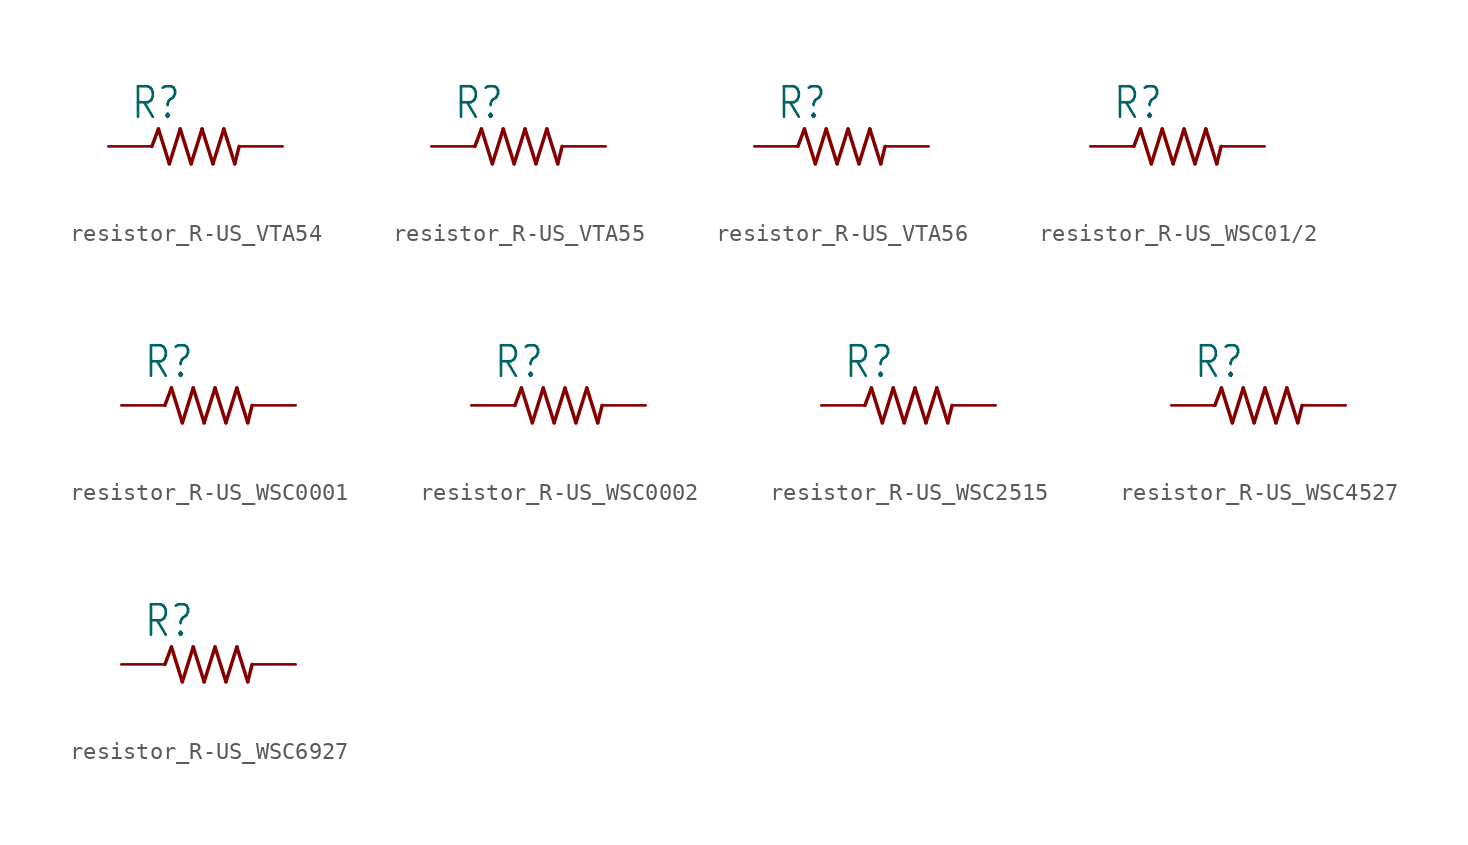
<source format=kicad_sym>
(kicad_symbol_lib
  (version 20231120)
  (generator "kicad_symbol_editor")
  (generator_version "8.0")
  (symbol "resistor_R-US_VTA54"
    (property "Reference" "R"
      (at -3.81 1.499 0)
      (effects (font (size 1.778 1.511)) (justify left bottom)))
    (property "Value" ""
      (at -3.81 -3.302 0)
      (effects (font (size 1.778 1.511)) (justify left bottom)))
    (property "ki_locked" ""
      (at 0 0 0)
      (effects (font (size 1.27 1.27))))
    (symbol "resistor_R-US_VTA54_1_0"
      (polyline (pts (xy -2.54 0) (xy -2.159 1.016)) (stroke (width 0.203) (type solid)) (fill (type none)))
      (polyline (pts (xy -2.159 1.016) (xy -1.524 -1.016)) (stroke (width 0.203) (type solid)) (fill (type none)))
      (polyline (pts (xy -1.524 -1.016) (xy -0.889 1.016)) (stroke (width 0.203) (type solid)) (fill (type none)))
      (polyline (pts (xy -0.889 1.016) (xy -0.254 -1.016)) (stroke (width 0.203) (type solid)) (fill (type none)))
      (polyline (pts (xy -0.254 -1.016) (xy 0.381 1.016)) (stroke (width 0.203) (type solid)) (fill (type none)))
      (polyline (pts (xy 0.381 1.016) (xy 1.016 -1.016)) (stroke (width 0.203) (type solid)) (fill (type none)))
      (polyline (pts (xy 1.016 -1.016) (xy 1.651 1.016)) (stroke (width 0.203) (type solid)) (fill (type none)))
      (polyline (pts (xy 1.651 1.016) (xy 2.286 -1.016)) (stroke (width 0.203) (type solid)) (fill (type none)))
      (polyline (pts (xy 2.286 -1.016) (xy 2.54 0)) (stroke (width 0.203) (type solid)) (fill (type none)))
      (pin passive line (at -5.08 0 0) (length 2.54) (name "1" (effects (font (size 0 0)))) (number "1" (effects (font (size 0 0)))))
      (pin passive line (at 5.08 0 180) (length 2.54) (name "2" (effects (font (size 0 0)))) (number "2" (effects (font (size 0 0)))))))
  (symbol "resistor_R-US_VTA55"
    (property "Reference" "R"
      (at -3.81 1.499 0)
      (effects (font (size 1.778 1.511)) (justify left bottom)))
    (property "Value" ""
      (at -3.81 -3.302 0)
      (effects (font (size 1.778 1.511)) (justify left bottom)))
    (property "ki_locked" ""
      (at 0 0 0)
      (effects (font (size 1.27 1.27))))
    (symbol "resistor_R-US_VTA55_1_0"
      (polyline (pts (xy -2.54 0) (xy -2.159 1.016)) (stroke (width 0.203) (type solid)) (fill (type none)))
      (polyline (pts (xy -2.159 1.016) (xy -1.524 -1.016)) (stroke (width 0.203) (type solid)) (fill (type none)))
      (polyline (pts (xy -1.524 -1.016) (xy -0.889 1.016)) (stroke (width 0.203) (type solid)) (fill (type none)))
      (polyline (pts (xy -0.889 1.016) (xy -0.254 -1.016)) (stroke (width 0.203) (type solid)) (fill (type none)))
      (polyline (pts (xy -0.254 -1.016) (xy 0.381 1.016)) (stroke (width 0.203) (type solid)) (fill (type none)))
      (polyline (pts (xy 0.381 1.016) (xy 1.016 -1.016)) (stroke (width 0.203) (type solid)) (fill (type none)))
      (polyline (pts (xy 1.016 -1.016) (xy 1.651 1.016)) (stroke (width 0.203) (type solid)) (fill (type none)))
      (polyline (pts (xy 1.651 1.016) (xy 2.286 -1.016)) (stroke (width 0.203) (type solid)) (fill (type none)))
      (polyline (pts (xy 2.286 -1.016) (xy 2.54 0)) (stroke (width 0.203) (type solid)) (fill (type none)))
      (pin passive line (at -5.08 0 0) (length 2.54) (name "1" (effects (font (size 0 0)))) (number "1" (effects (font (size 0 0)))))
      (pin passive line (at 5.08 0 180) (length 2.54) (name "2" (effects (font (size 0 0)))) (number "2" (effects (font (size 0 0)))))))
  (symbol "resistor_R-US_VTA56"
    (property "Reference" "R"
      (at -3.81 1.499 0)
      (effects (font (size 1.778 1.511)) (justify left bottom)))
    (property "Value" ""
      (at -3.81 -3.302 0)
      (effects (font (size 1.778 1.511)) (justify left bottom)))
    (property "ki_locked" ""
      (at 0 0 0)
      (effects (font (size 1.27 1.27))))
    (symbol "resistor_R-US_VTA56_1_0"
      (polyline (pts (xy -2.54 0) (xy -2.159 1.016)) (stroke (width 0.203) (type solid)) (fill (type none)))
      (polyline (pts (xy -2.159 1.016) (xy -1.524 -1.016)) (stroke (width 0.203) (type solid)) (fill (type none)))
      (polyline (pts (xy -1.524 -1.016) (xy -0.889 1.016)) (stroke (width 0.203) (type solid)) (fill (type none)))
      (polyline (pts (xy -0.889 1.016) (xy -0.254 -1.016)) (stroke (width 0.203) (type solid)) (fill (type none)))
      (polyline (pts (xy -0.254 -1.016) (xy 0.381 1.016)) (stroke (width 0.203) (type solid)) (fill (type none)))
      (polyline (pts (xy 0.381 1.016) (xy 1.016 -1.016)) (stroke (width 0.203) (type solid)) (fill (type none)))
      (polyline (pts (xy 1.016 -1.016) (xy 1.651 1.016)) (stroke (width 0.203) (type solid)) (fill (type none)))
      (polyline (pts (xy 1.651 1.016) (xy 2.286 -1.016)) (stroke (width 0.203) (type solid)) (fill (type none)))
      (polyline (pts (xy 2.286 -1.016) (xy 2.54 0)) (stroke (width 0.203) (type solid)) (fill (type none)))
      (pin passive line (at -5.08 0 0) (length 2.54) (name "1" (effects (font (size 0 0)))) (number "1" (effects (font (size 0 0)))))
      (pin passive line (at 5.08 0 180) (length 2.54) (name "2" (effects (font (size 0 0)))) (number "2" (effects (font (size 0 0)))))))
  (symbol "resistor_R-US_WSC01/2"
    (property "Reference" "R"
      (at -3.81 1.499 0)
      (effects (font (size 1.778 1.511)) (justify left bottom)))
    (property "Value" ""
      (at -3.81 -3.302 0)
      (effects (font (size 1.778 1.511)) (justify left bottom)))
    (property "ki_locked" ""
      (at 0 0 0)
      (effects (font (size 1.27 1.27))))
    (symbol "resistor_R-US_WSC01/2_1_0"
      (polyline (pts (xy -2.54 0) (xy -2.159 1.016)) (stroke (width 0.203) (type solid)) (fill (type none)))
      (polyline (pts (xy -2.159 1.016) (xy -1.524 -1.016)) (stroke (width 0.203) (type solid)) (fill (type none)))
      (polyline (pts (xy -1.524 -1.016) (xy -0.889 1.016)) (stroke (width 0.203) (type solid)) (fill (type none)))
      (polyline (pts (xy -0.889 1.016) (xy -0.254 -1.016)) (stroke (width 0.203) (type solid)) (fill (type none)))
      (polyline (pts (xy -0.254 -1.016) (xy 0.381 1.016)) (stroke (width 0.203) (type solid)) (fill (type none)))
      (polyline (pts (xy 0.381 1.016) (xy 1.016 -1.016)) (stroke (width 0.203) (type solid)) (fill (type none)))
      (polyline (pts (xy 1.016 -1.016) (xy 1.651 1.016)) (stroke (width 0.203) (type solid)) (fill (type none)))
      (polyline (pts (xy 1.651 1.016) (xy 2.286 -1.016)) (stroke (width 0.203) (type solid)) (fill (type none)))
      (polyline (pts (xy 2.286 -1.016) (xy 2.54 0)) (stroke (width 0.203) (type solid)) (fill (type none)))
      (pin passive line (at -5.08 0 0) (length 2.54) (name "1" (effects (font (size 0 0)))) (number "1" (effects (font (size 0 0)))))
      (pin passive line (at 5.08 0 180) (length 2.54) (name "2" (effects (font (size 0 0)))) (number "2" (effects (font (size 0 0)))))))
  (symbol "resistor_R-US_WSC0001"
    (property "Reference" "R"
      (at -3.81 1.499 0)
      (effects (font (size 1.778 1.511)) (justify left bottom)))
    (property "Value" ""
      (at -3.81 -3.302 0)
      (effects (font (size 1.778 1.511)) (justify left bottom)))
    (property "ki_locked" ""
      (at 0 0 0)
      (effects (font (size 1.27 1.27))))
    (symbol "resistor_R-US_WSC0001_1_0"
      (polyline (pts (xy -2.54 0) (xy -2.159 1.016)) (stroke (width 0.203) (type solid)) (fill (type none)))
      (polyline (pts (xy -2.159 1.016) (xy -1.524 -1.016)) (stroke (width 0.203) (type solid)) (fill (type none)))
      (polyline (pts (xy -1.524 -1.016) (xy -0.889 1.016)) (stroke (width 0.203) (type solid)) (fill (type none)))
      (polyline (pts (xy -0.889 1.016) (xy -0.254 -1.016)) (stroke (width 0.203) (type solid)) (fill (type none)))
      (polyline (pts (xy -0.254 -1.016) (xy 0.381 1.016)) (stroke (width 0.203) (type solid)) (fill (type none)))
      (polyline (pts (xy 0.381 1.016) (xy 1.016 -1.016)) (stroke (width 0.203) (type solid)) (fill (type none)))
      (polyline (pts (xy 1.016 -1.016) (xy 1.651 1.016)) (stroke (width 0.203) (type solid)) (fill (type none)))
      (polyline (pts (xy 1.651 1.016) (xy 2.286 -1.016)) (stroke (width 0.203) (type solid)) (fill (type none)))
      (polyline (pts (xy 2.286 -1.016) (xy 2.54 0)) (stroke (width 0.203) (type solid)) (fill (type none)))
      (pin passive line (at -5.08 0 0) (length 2.54) (name "1" (effects (font (size 0 0)))) (number "1" (effects (font (size 0 0)))))
      (pin passive line (at 5.08 0 180) (length 2.54) (name "2" (effects (font (size 0 0)))) (number "2" (effects (font (size 0 0)))))))
  (symbol "resistor_R-US_WSC0002"
    (property "Reference" "R"
      (at -3.81 1.499 0)
      (effects (font (size 1.778 1.511)) (justify left bottom)))
    (property "Value" ""
      (at -3.81 -3.302 0)
      (effects (font (size 1.778 1.511)) (justify left bottom)))
    (property "ki_locked" ""
      (at 0 0 0)
      (effects (font (size 1.27 1.27))))
    (symbol "resistor_R-US_WSC0002_1_0"
      (polyline (pts (xy -2.54 0) (xy -2.159 1.016)) (stroke (width 0.203) (type solid)) (fill (type none)))
      (polyline (pts (xy -2.159 1.016) (xy -1.524 -1.016)) (stroke (width 0.203) (type solid)) (fill (type none)))
      (polyline (pts (xy -1.524 -1.016) (xy -0.889 1.016)) (stroke (width 0.203) (type solid)) (fill (type none)))
      (polyline (pts (xy -0.889 1.016) (xy -0.254 -1.016)) (stroke (width 0.203) (type solid)) (fill (type none)))
      (polyline (pts (xy -0.254 -1.016) (xy 0.381 1.016)) (stroke (width 0.203) (type solid)) (fill (type none)))
      (polyline (pts (xy 0.381 1.016) (xy 1.016 -1.016)) (stroke (width 0.203) (type solid)) (fill (type none)))
      (polyline (pts (xy 1.016 -1.016) (xy 1.651 1.016)) (stroke (width 0.203) (type solid)) (fill (type none)))
      (polyline (pts (xy 1.651 1.016) (xy 2.286 -1.016)) (stroke (width 0.203) (type solid)) (fill (type none)))
      (polyline (pts (xy 2.286 -1.016) (xy 2.54 0)) (stroke (width 0.203) (type solid)) (fill (type none)))
      (pin passive line (at -5.08 0 0) (length 2.54) (name "1" (effects (font (size 0 0)))) (number "1" (effects (font (size 0 0)))))
      (pin passive line (at 5.08 0 180) (length 2.54) (name "2" (effects (font (size 0 0)))) (number "2" (effects (font (size 0 0)))))))
  (symbol "resistor_R-US_WSC2515"
    (property "Reference" "R"
      (at -3.81 1.499 0)
      (effects (font (size 1.778 1.511)) (justify left bottom)))
    (property "Value" ""
      (at -3.81 -3.302 0)
      (effects (font (size 1.778 1.511)) (justify left bottom)))
    (property "ki_locked" ""
      (at 0 0 0)
      (effects (font (size 1.27 1.27))))
    (symbol "resistor_R-US_WSC2515_1_0"
      (polyline (pts (xy -2.54 0) (xy -2.159 1.016)) (stroke (width 0.203) (type solid)) (fill (type none)))
      (polyline (pts (xy -2.159 1.016) (xy -1.524 -1.016)) (stroke (width 0.203) (type solid)) (fill (type none)))
      (polyline (pts (xy -1.524 -1.016) (xy -0.889 1.016)) (stroke (width 0.203) (type solid)) (fill (type none)))
      (polyline (pts (xy -0.889 1.016) (xy -0.254 -1.016)) (stroke (width 0.203) (type solid)) (fill (type none)))
      (polyline (pts (xy -0.254 -1.016) (xy 0.381 1.016)) (stroke (width 0.203) (type solid)) (fill (type none)))
      (polyline (pts (xy 0.381 1.016) (xy 1.016 -1.016)) (stroke (width 0.203) (type solid)) (fill (type none)))
      (polyline (pts (xy 1.016 -1.016) (xy 1.651 1.016)) (stroke (width 0.203) (type solid)) (fill (type none)))
      (polyline (pts (xy 1.651 1.016) (xy 2.286 -1.016)) (stroke (width 0.203) (type solid)) (fill (type none)))
      (polyline (pts (xy 2.286 -1.016) (xy 2.54 0)) (stroke (width 0.203) (type solid)) (fill (type none)))
      (pin passive line (at -5.08 0 0) (length 2.54) (name "1" (effects (font (size 0 0)))) (number "1" (effects (font (size 0 0)))))
      (pin passive line (at 5.08 0 180) (length 2.54) (name "2" (effects (font (size 0 0)))) (number "2" (effects (font (size 0 0)))))))
  (symbol "resistor_R-US_WSC4527"
    (property "Reference" "R"
      (at -3.81 1.499 0)
      (effects (font (size 1.778 1.511)) (justify left bottom)))
    (property "Value" ""
      (at -3.81 -3.302 0)
      (effects (font (size 1.778 1.511)) (justify left bottom)))
    (property "ki_locked" ""
      (at 0 0 0)
      (effects (font (size 1.27 1.27))))
    (symbol "resistor_R-US_WSC4527_1_0"
      (polyline (pts (xy -2.54 0) (xy -2.159 1.016)) (stroke (width 0.203) (type solid)) (fill (type none)))
      (polyline (pts (xy -2.159 1.016) (xy -1.524 -1.016)) (stroke (width 0.203) (type solid)) (fill (type none)))
      (polyline (pts (xy -1.524 -1.016) (xy -0.889 1.016)) (stroke (width 0.203) (type solid)) (fill (type none)))
      (polyline (pts (xy -0.889 1.016) (xy -0.254 -1.016)) (stroke (width 0.203) (type solid)) (fill (type none)))
      (polyline (pts (xy -0.254 -1.016) (xy 0.381 1.016)) (stroke (width 0.203) (type solid)) (fill (type none)))
      (polyline (pts (xy 0.381 1.016) (xy 1.016 -1.016)) (stroke (width 0.203) (type solid)) (fill (type none)))
      (polyline (pts (xy 1.016 -1.016) (xy 1.651 1.016)) (stroke (width 0.203) (type solid)) (fill (type none)))
      (polyline (pts (xy 1.651 1.016) (xy 2.286 -1.016)) (stroke (width 0.203) (type solid)) (fill (type none)))
      (polyline (pts (xy 2.286 -1.016) (xy 2.54 0)) (stroke (width 0.203) (type solid)) (fill (type none)))
      (pin passive line (at -5.08 0 0) (length 2.54) (name "1" (effects (font (size 0 0)))) (number "1" (effects (font (size 0 0)))))
      (pin passive line (at 5.08 0 180) (length 2.54) (name "2" (effects (font (size 0 0)))) (number "2" (effects (font (size 0 0)))))))
  (symbol "resistor_R-US_WSC6927"
    (property "Reference" "R"
      (at -3.81 1.499 0)
      (effects (font (size 1.778 1.511)) (justify left bottom)))
    (property "Value" ""
      (at -3.81 -3.302 0)
      (effects (font (size 1.778 1.511)) (justify left bottom)))
    (property "ki_locked" ""
      (at 0 0 0)
      (effects (font (size 1.27 1.27))))
    (symbol "resistor_R-US_WSC6927_1_0"
      (polyline (pts (xy -2.54 0) (xy -2.159 1.016)) (stroke (width 0.203) (type solid)) (fill (type none)))
      (polyline (pts (xy -2.159 1.016) (xy -1.524 -1.016)) (stroke (width 0.203) (type solid)) (fill (type none)))
      (polyline (pts (xy -1.524 -1.016) (xy -0.889 1.016)) (stroke (width 0.203) (type solid)) (fill (type none)))
      (polyline (pts (xy -0.889 1.016) (xy -0.254 -1.016)) (stroke (width 0.203) (type solid)) (fill (type none)))
      (polyline (pts (xy -0.254 -1.016) (xy 0.381 1.016)) (stroke (width 0.203) (type solid)) (fill (type none)))
      (polyline (pts (xy 0.381 1.016) (xy 1.016 -1.016)) (stroke (width 0.203) (type solid)) (fill (type none)))
      (polyline (pts (xy 1.016 -1.016) (xy 1.651 1.016)) (stroke (width 0.203) (type solid)) (fill (type none)))
      (polyline (pts (xy 1.651 1.016) (xy 2.286 -1.016)) (stroke (width 0.203) (type solid)) (fill (type none)))
      (polyline (pts (xy 2.286 -1.016) (xy 2.54 0)) (stroke (width 0.203) (type solid)) (fill (type none)))
      (pin passive line (at -5.08 0 0) (length 2.54) (name "1" (effects (font (size 0 0)))) (number "1" (effects (font (size 0 0)))))
      (pin passive line (at 5.08 0 180) (length 2.54) (name "2" (effects (font (size 0 0)))) (number "2" (effects (font (size 0 0))))))))
</source>
